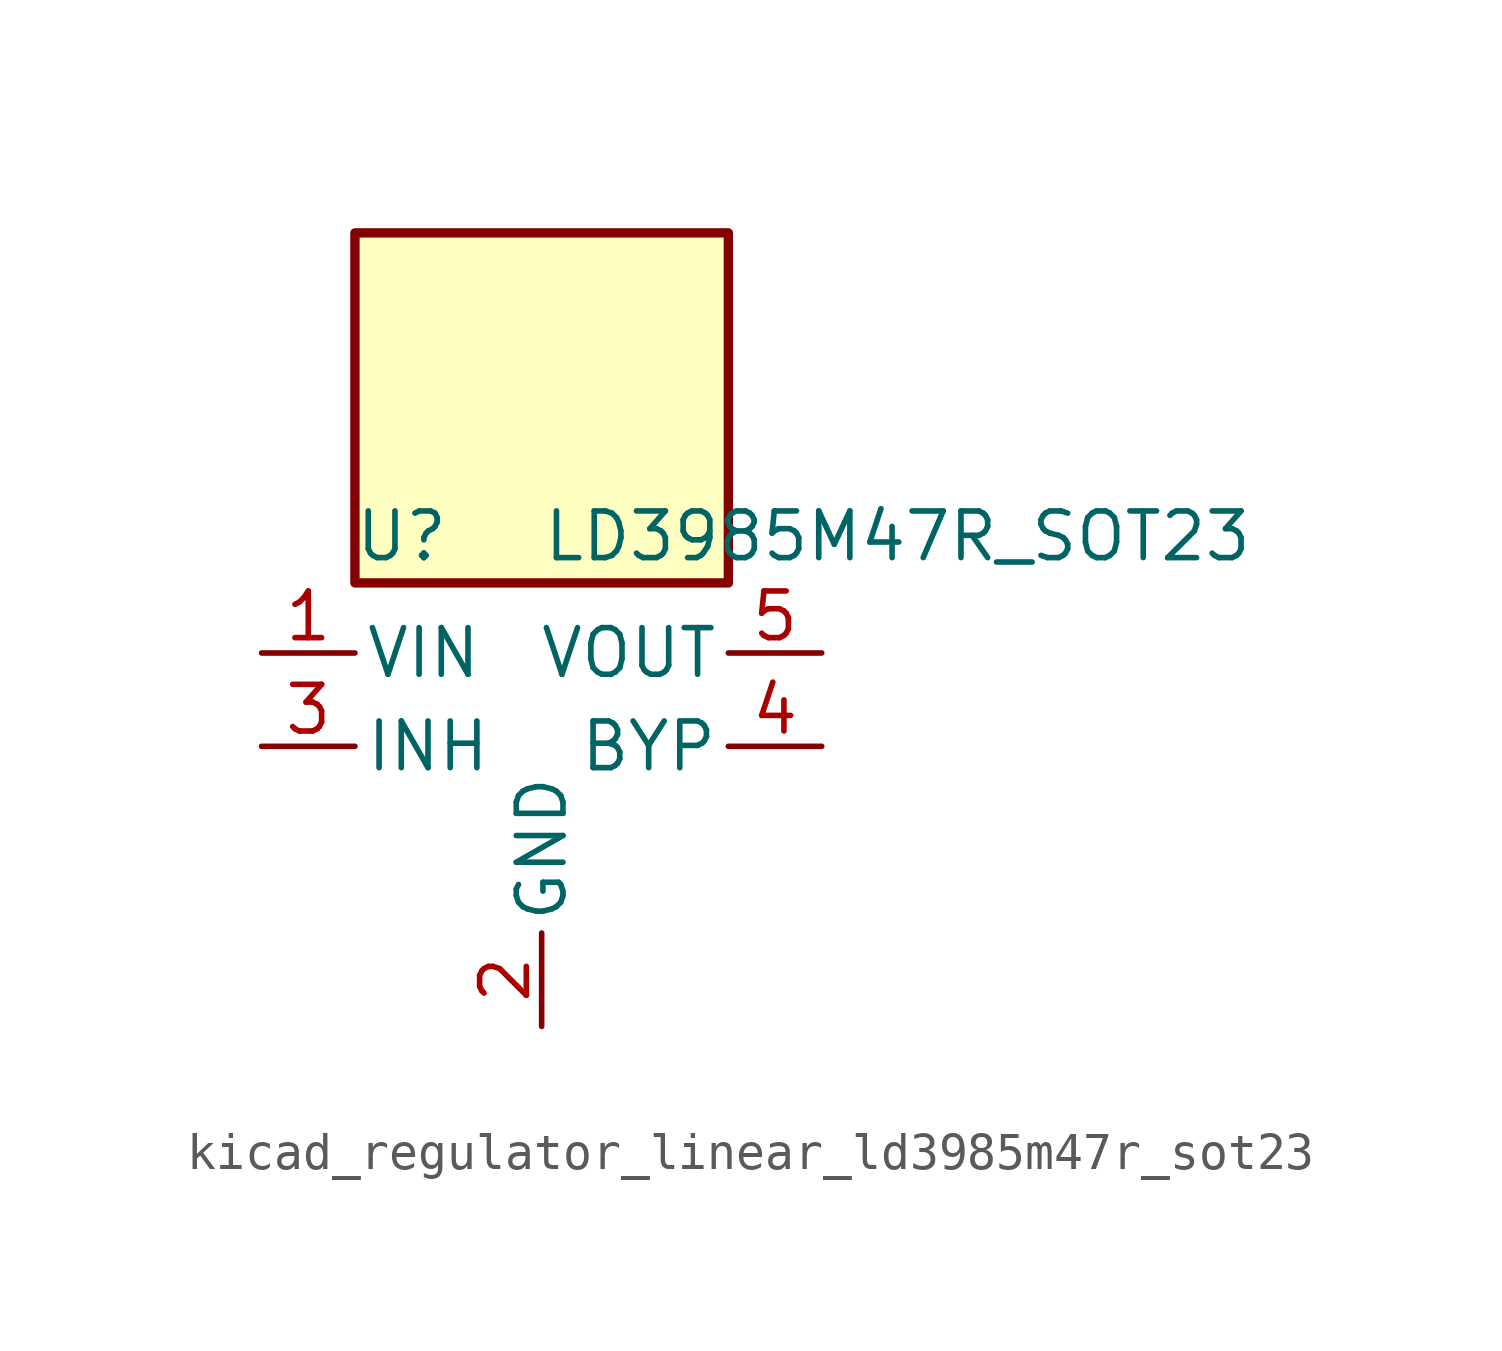
<source format=kicad_sym>
(kicad_symbol_lib
  (version 20220914)
  (generator kicad_symbol_editor)
  (symbol "kicad_regulator_linear_ld3985m47r_sot23"
    (pin_names
      (offset 0.254))
    (property "Reference" "U"
      (at -3.81 5.715 0)
      (effects (font (size 1.27 1.27))))
    (property "Value" "LD3985M47R_SOT23"
      (at 0 5.715 0)
      (effects (font (size 1.27 1.27)) (justify left)))
    (symbol "kicad_regulator_linear_ld3985m47r_sot23_0_1"
      (rectangle (start 5.08 13.97) (end -5.08 4.445) (stroke (width 0.254) (type default)) (fill (type background))))
    (symbol "kicad_regulator_linear_ld3985m47r_sot23_1_1"
      (pin power_in line (at -7.62 2.54 0) (length 2.54) (name "VIN" (effects (font (size 1.27 1.27)))) (number "1" (effects (font (size 1.27 1.27)))))
      (pin power_in line (at 0 -7.62 90) (length 2.54) (name "GND" (effects (font (size 1.27 1.27)))) (number "2" (effects (font (size 1.27 1.27)))))
      (pin input line (at -7.62 0 0) (length 2.54) (name "INH" (effects (font (size 1.27 1.27)))) (number "3" (effects (font (size 1.27 1.27)))))
      (pin input line (at 7.62 0 180) (length 2.54) (name "BYP" (effects (font (size 1.27 1.27)))) (number "4" (effects (font (size 1.27 1.27)))))
      (pin power_out line (at 7.62 2.54 180) (length 2.54) (name "VOUT" (effects (font (size 1.27 1.27)))) (number "5" (effects (font (size 1.27 1.27))))))))
</source>
